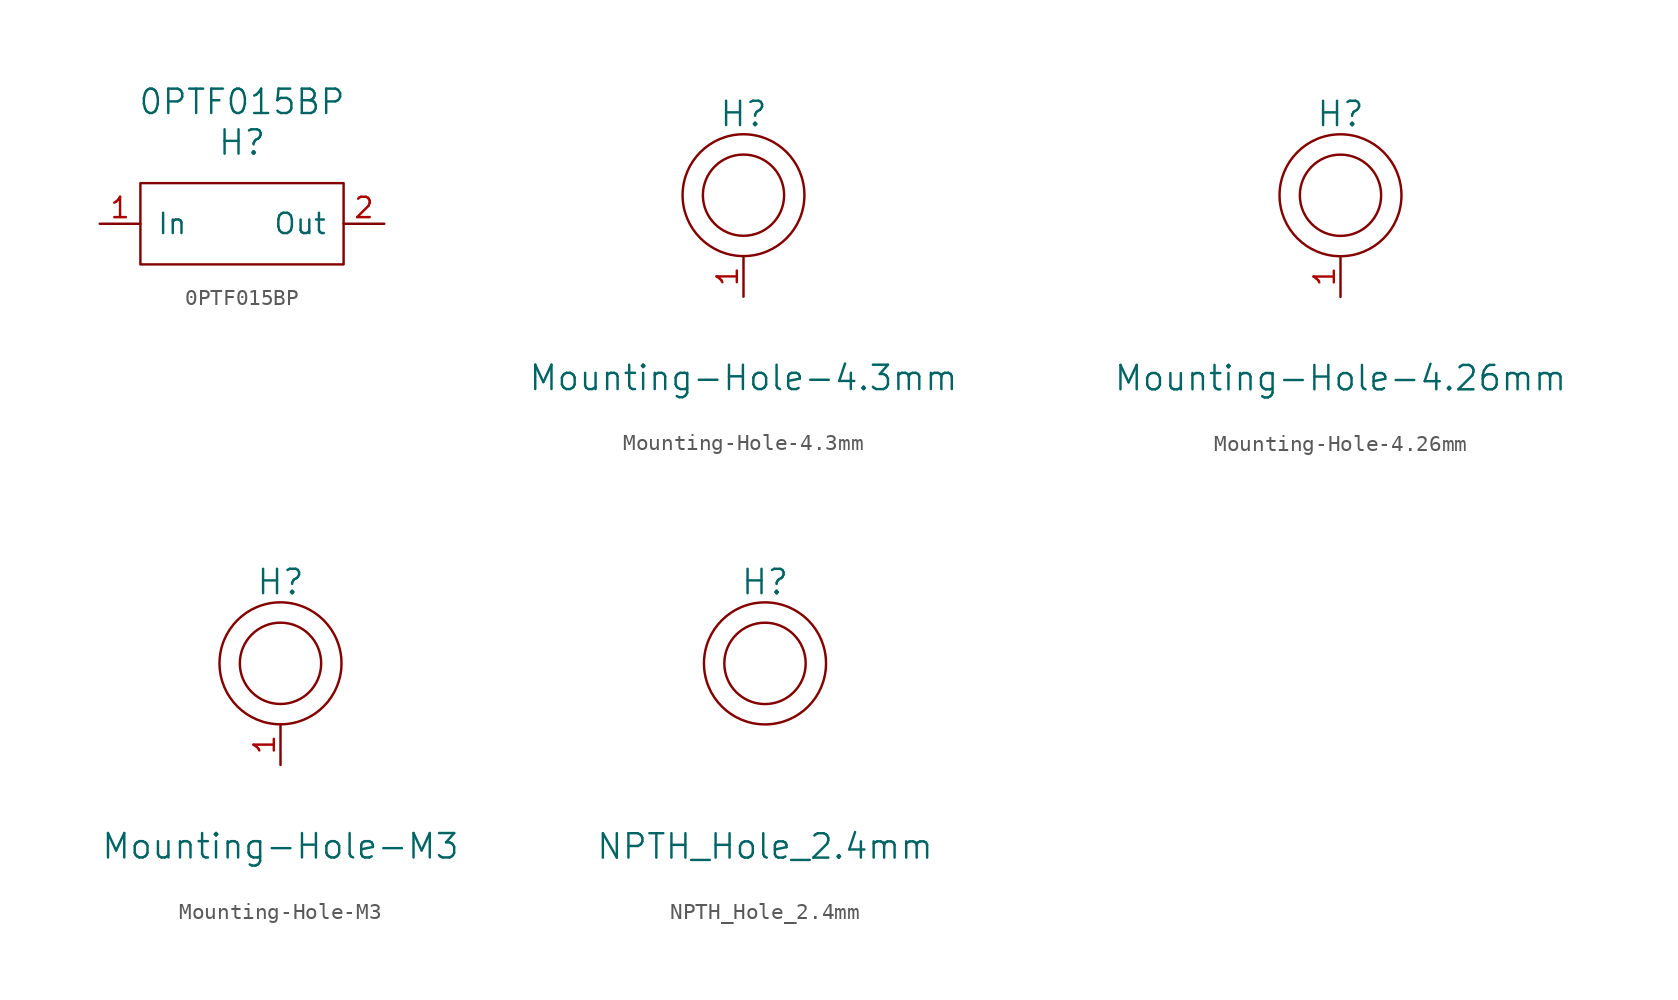
<source format=kicad_sym>
(kicad_symbol_lib
  (version 20211014)
  (generator kicad_symbol_editor)
  (symbol "0PTF015BP"
    (pin_names
      (offset 1.016))
    (property "Reference" "H"
      (at 0 5.08 0)
      (effects (font (size 1.524 1.524))))
    (property "Value" "0PTF015BP"
      (at 0 7.62 0)
      (effects (font (size 1.524 1.524))))
    (symbol "0PTF015BP_0_1"
      (rectangle (start -6.35 2.54) (end 6.35 -2.54) (stroke (width 0) (type default) (color 0 0 0 0)) (fill (type none))))
    (symbol "0PTF015BP_1_1"
      (pin input line (at -8.89 0 0) (length 2.54) (name "In" (effects (font (size 1.27 1.27)))) (number "1" (effects (font (size 1.27 1.27)))))
      (pin output line (at 8.89 0 180) (length 2.54) (name "Out" (effects (font (size 1.27 1.27)))) (number "2" (effects (font (size 1.27 1.27)))))))
  (symbol "Mounting-Hole-4.3mm"
    (pin_names
      (offset 1.016))
    (property "Reference" "H"
      (at 0 5.08 0)
      (effects (font (size 1.524 1.524))))
    (property "Value" "Mounting-Hole-4.3mm"
      (at 0 -11.43 0)
      (effects (font (size 1.524 1.524))))
    (symbol "Mounting-Hole-4.3mm_0_1"
      (circle (center 0 0) (radius 2.54) (stroke (width 0) (type default) (color 0 0 0 0)) (fill (type none)))
      (circle (center 0 0) (radius 3.81) (stroke (width 0) (type default) (color 0 0 0 0)) (fill (type none))))
    (symbol "Mounting-Hole-4.3mm_1_1"
      (pin input line (at 0 -6.35 90) (length 2.54) (name "~" (effects (font (size 1.27 1.27)))) (number "1" (effects (font (size 1.27 1.27)))))))
  (symbol "Mounting-Hole-4.26mm"
    (pin_names
      (offset 1.016))
    (property "Reference" "H"
      (at 0 5.08 0)
      (effects (font (size 1.524 1.524))))
    (property "Value" "Mounting-Hole-4.26mm"
      (at 0 -11.43 0)
      (effects (font (size 1.524 1.524))))
    (symbol "Mounting-Hole-4.26mm_0_1"
      (circle (center 0 0) (radius 2.54) (stroke (width 0) (type default) (color 0 0 0 0)) (fill (type none)))
      (circle (center 0 0) (radius 3.81) (stroke (width 0) (type default) (color 0 0 0 0)) (fill (type none))))
    (symbol "Mounting-Hole-4.26mm_1_1"
      (pin input line (at 0 -6.35 90) (length 2.54) (name "~" (effects (font (size 1.27 1.27)))) (number "1" (effects (font (size 1.27 1.27)))))))
  (symbol "Mounting-Hole-M3"
    (pin_names
      (offset 1.016))
    (property "Reference" "H"
      (at 0 5.08 0)
      (effects (font (size 1.524 1.524))))
    (property "Value" "Mounting-Hole-M3"
      (at 0 -11.43 0)
      (effects (font (size 1.524 1.524))))
    (symbol "Mounting-Hole-M3_0_1"
      (circle (center 0 0) (radius 2.54) (stroke (width 0) (type default) (color 0 0 0 0)) (fill (type none)))
      (circle (center 0 0) (radius 3.81) (stroke (width 0) (type default) (color 0 0 0 0)) (fill (type none))))
    (symbol "Mounting-Hole-M3_1_1"
      (pin input line (at 0 -6.35 90) (length 2.54) (name "~" (effects (font (size 1.27 1.27)))) (number "1" (effects (font (size 1.27 1.27)))))))
  (symbol "NPTH_Hole_2.4mm"
    (pin_names
      (offset 1.016))
    (property "Reference" "H"
      (at 0 5.08 0)
      (effects (font (size 1.524 1.524))))
    (property "Value" "NPTH_Hole_2.4mm"
      (at 0 -11.43 0)
      (effects (font (size 1.524 1.524))))
    (symbol "NPTH_Hole_2.4mm_0_1"
      (circle (center 0 0) (radius 2.54) (stroke (width 0) (type default) (color 0 0 0 0)) (fill (type none)))
      (circle (center 0 0) (radius 3.81) (stroke (width 0) (type default) (color 0 0 0 0)) (fill (type none))))))
</source>
